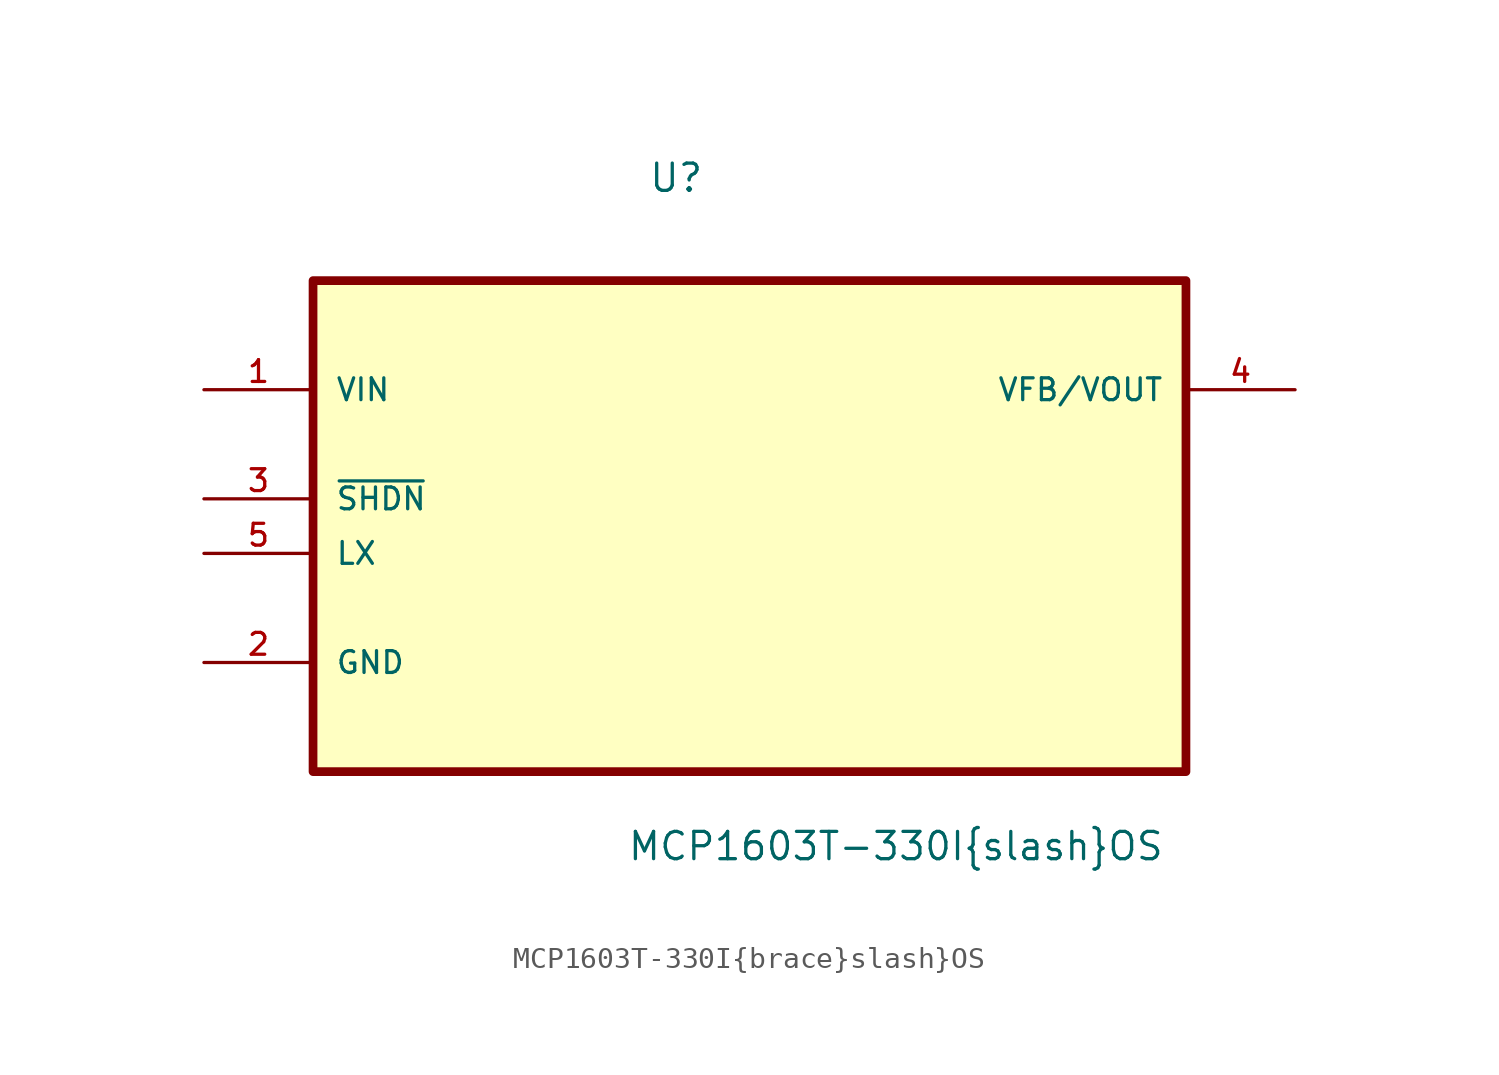
<source format=kicad_sym>
(kicad_symbol_lib
  (version 20211014)
  (generator kicad_symbol_editor)
  (symbol "MCP1603T-330I{brace}slash}OS"
    (pin_names
      (offset 1.016))
    (property "Reference" "U"
      (at -4.724 11.659 0)
      (effects (font (size 1.27 1.27)) (justify left bottom)))
    (property "Value" "MCP1603T-330I{brace}slash}OS"
      (at -5.715 -19.456 0)
      (effects (font (size 1.27 1.27)) (justify left bottom)))
    (property "ki_locked" ""
      (at 0 0 0)
      (effects (font (size 1.27 1.27))))
    (symbol "MCP1603T-330I{brace}slash}OS_0_0"
      (rectangle (start -20.32 -15.24) (end 20.32 7.62) (stroke (width 0.406) (type default) (color 0 0 0 0)) (fill (type background)))
      (pin power_in line (at -25.4 2.54 0) (length 5.08) (name "VIN" (effects (font (size 1.016 1.016)))) (number "1" (effects (font (size 1.016 1.016)))))
      (pin passive line (at -25.4 -10.16 0) (length 5.08) (name "GND" (effects (font (size 1.016 1.016)))) (number "2" (effects (font (size 1.016 1.016)))))
      (pin input line (at -25.4 -2.54 0) (length 5.08) (name "~{SHDN}" (effects (font (size 1.016 1.016)))) (number "3" (effects (font (size 1.016 1.016)))))
      (pin output line (at 25.4 2.54 180) (length 5.08) (name "VFB/VOUT" (effects (font (size 1.016 1.016)))) (number "4" (effects (font (size 1.016 1.016)))))
      (pin input line (at -25.4 -5.08 0) (length 5.08) (name "LX" (effects (font (size 1.016 1.016)))) (number "5" (effects (font (size 1.016 1.016))))))))
</source>
